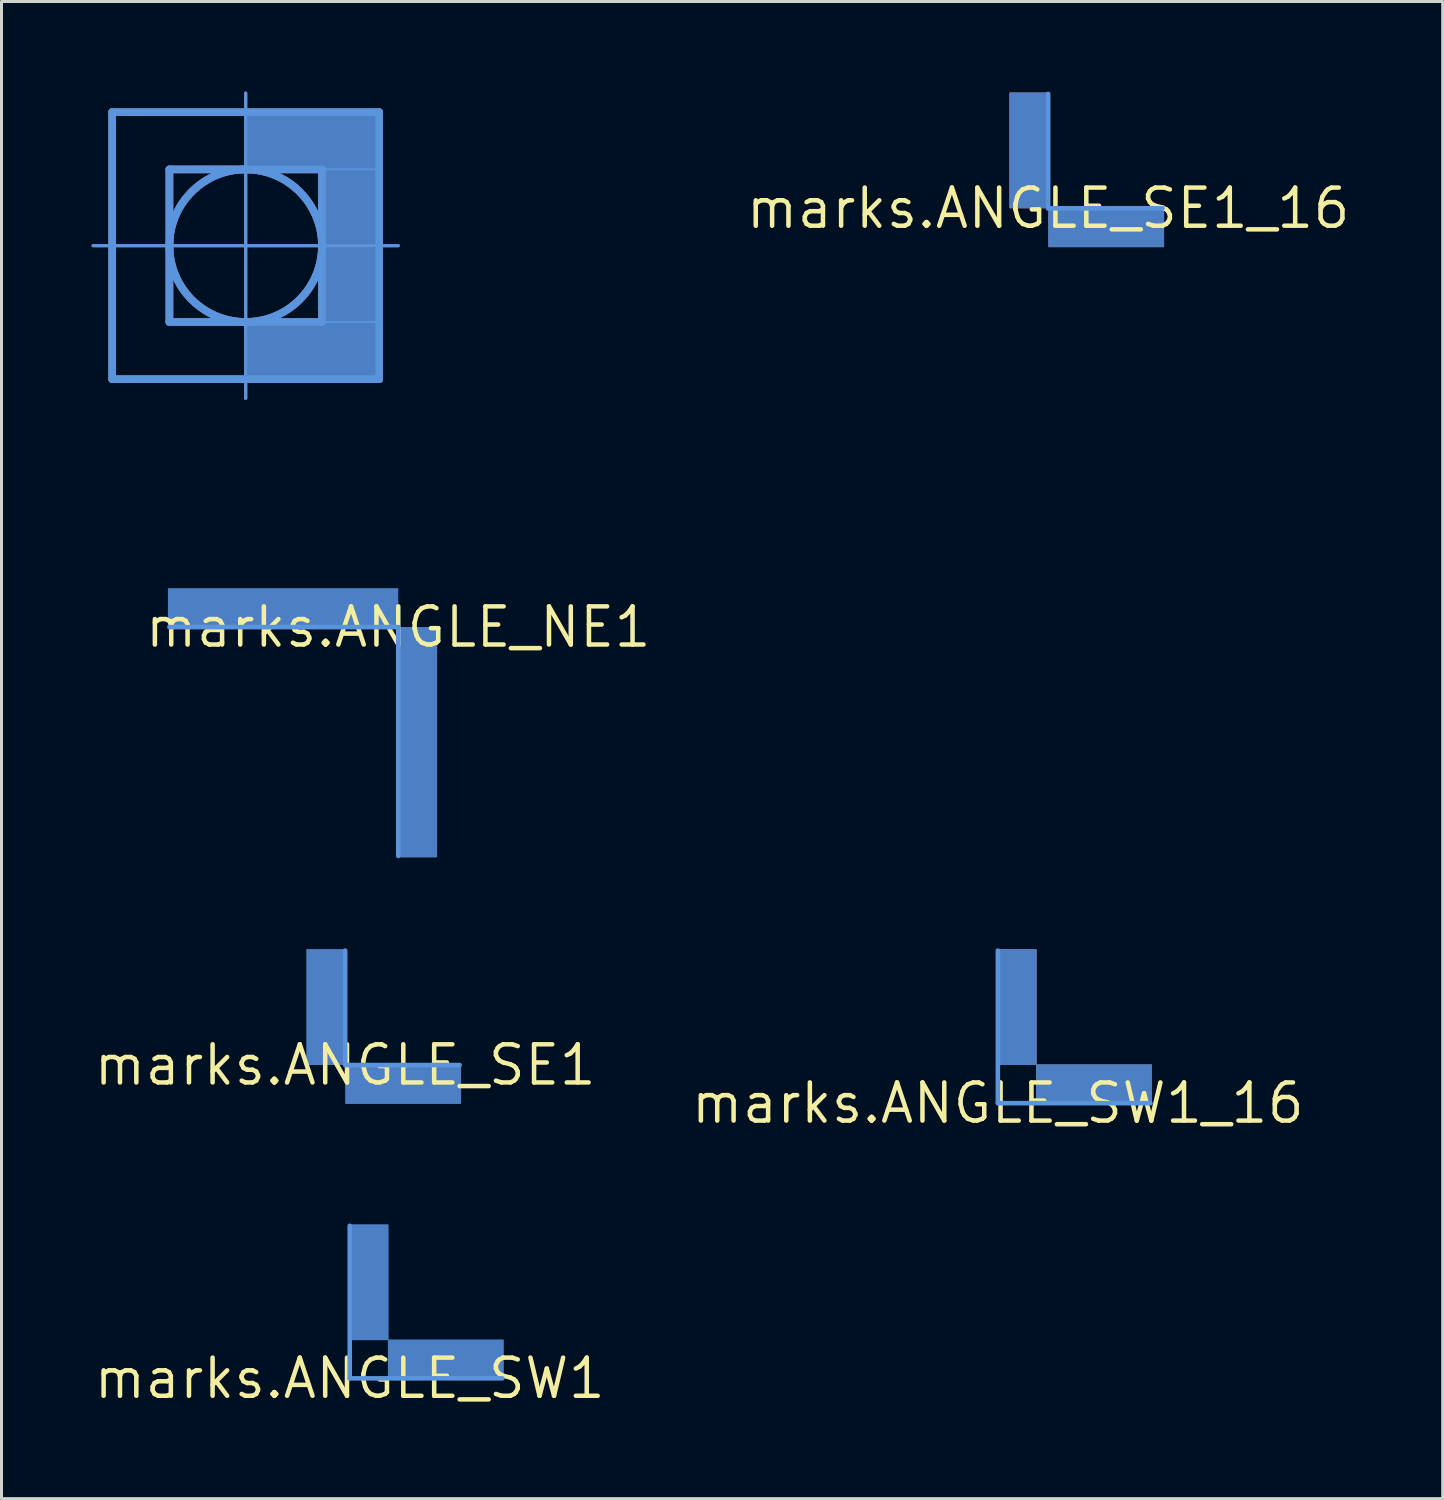
<source format=kicad_pcb>
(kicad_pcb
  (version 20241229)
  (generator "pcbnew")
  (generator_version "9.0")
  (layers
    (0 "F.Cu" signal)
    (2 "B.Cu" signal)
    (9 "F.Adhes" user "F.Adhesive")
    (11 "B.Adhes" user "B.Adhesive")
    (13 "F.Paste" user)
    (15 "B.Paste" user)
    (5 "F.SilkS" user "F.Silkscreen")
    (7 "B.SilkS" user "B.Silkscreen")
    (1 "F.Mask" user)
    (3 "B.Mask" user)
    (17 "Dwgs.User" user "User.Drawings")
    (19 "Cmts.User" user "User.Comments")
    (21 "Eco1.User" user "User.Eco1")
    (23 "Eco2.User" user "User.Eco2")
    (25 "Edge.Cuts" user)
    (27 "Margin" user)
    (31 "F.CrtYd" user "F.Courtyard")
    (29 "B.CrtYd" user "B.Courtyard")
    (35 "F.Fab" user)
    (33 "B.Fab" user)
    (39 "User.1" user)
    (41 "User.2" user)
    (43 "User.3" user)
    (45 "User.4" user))
  (footprint "marks.ANGLE_NE1"
    (layer "F.Cu")
    (at 10.211 17.831)
    (property "Reference" "marks.ANGLE_NE1" (at 0 0 0) (layer "F.SilkS") (effects (font (size 1.27 1.27) (thickness 0.15))))
    (fp_line (start -10.16 -12.7) (end -9.525 -12.7) (stroke (width 0.102) (type default)) (layer "F.Cu"))
    (fp_line (start -9.525 -17.145) (end -0.635 -17.145) (stroke (width 0.254) (type default)) (layer "F.Cu"))
    (fp_line (start -9.525 -12.7) (end -9.525 -17.145) (stroke (width 0.254) (type default)) (layer "F.Cu"))
    (fp_line (start -9.525 -12.7) (end 0 -12.7) (stroke (width 0.102) (type default)) (layer "F.Cu"))
    (fp_line (start -9.525 -8.255) (end -9.525 -12.7) (stroke (width 0.254) (type default)) (layer "F.Cu"))
    (fp_line (start -7.62 -15.24) (end -7.62 -10.16) (stroke (width 0.254) (type default)) (layer "F.Cu"))
    (fp_line (start -7.62 -10.16) (end -2.54 -10.16) (stroke (width 0.254) (type default)) (layer "F.Cu"))
    (fp_line (start -5.08 -7.62) (end -5.08 -17.78) (stroke (width 0.102) (type default)) (layer "F.Cu"))
    (fp_line (start -2.54 -15.24) (end -7.62 -15.24) (stroke (width 0.254) (type default)) (layer "F.Cu"))
    (fp_line (start -2.54 -10.16) (end -2.54 -15.24) (stroke (width 0.254) (type default)) (layer "F.Cu"))
    (fp_line (start -0.635 -17.145) (end -0.635 -8.255) (stroke (width 0.254) (type default)) (layer "F.Cu"))
    (fp_line (start -0.635 -8.255) (end -9.525 -8.255) (stroke (width 0.254) (type default)) (layer "F.Cu"))
    (fp_rect (start -5.08 -15.24) (end -0.635 -17.145) (stroke (width 0.05) (type default)) (fill yes) (layer "F.Cu"))
    (fp_rect (start -5.08 -8.255) (end -0.635 -10.16) (stroke (width 0.05) (type default)) (fill yes) (layer "F.Cu"))
    (fp_rect (start -2.54 -10.16) (end -0.635 -15.24) (stroke (width 0.05) (type default)) (fill yes) (layer "F.Cu"))
    (fp_circle (center -5.08 -12.7) (end -2.54 -12.7) (stroke (width 0.254) (type default)) (fill no) (layer "F.Cu"))
    (fp_rect (start -10.16 -7.62) (end 0 -17.78) (stroke (width 0.05) (type default)) (fill yes) (layer "F.Mask"))
    (fp_line (start -10.16 -12.7) (end -9.525 -12.7) (stroke (width 0.102) (type default)) (layer "B.Cu"))
    (fp_line (start -9.525 -17.145) (end -0.635 -17.145) (stroke (width 0.254) (type default)) (layer "B.Cu"))
    (fp_line (start -9.525 -12.7) (end -9.525 -17.145) (stroke (width 0.254) (type default)) (layer "B.Cu"))
    (fp_line (start -9.525 -12.7) (end 0 -12.7) (stroke (width 0.102) (type default)) (layer "B.Cu"))
    (fp_line (start -9.525 -8.255) (end -9.525 -12.7) (stroke (width 0.254) (type default)) (layer "B.Cu"))
    (fp_line (start -7.62 -15.24) (end -7.62 -10.16) (stroke (width 0.254) (type default)) (layer "B.Cu"))
    (fp_line (start -7.62 -10.16) (end -2.54 -10.16) (stroke (width 0.254) (type default)) (layer "B.Cu"))
    (fp_line (start -5.08 -7.62) (end -5.08 -17.78) (stroke (width 0.102) (type default)) (layer "B.Cu"))
    (fp_line (start -2.54 -15.24) (end -7.62 -15.24) (stroke (width 0.254) (type default)) (layer "B.Cu"))
    (fp_line (start -2.54 -10.16) (end -2.54 -15.24) (stroke (width 0.254) (type default)) (layer "B.Cu"))
    (fp_line (start -0.635 -17.145) (end -0.635 -8.255) (stroke (width 0.254) (type default)) (layer "B.Cu"))
    (fp_line (start -0.635 -8.255) (end -9.525 -8.255) (stroke (width 0.254) (type default)) (layer "B.Cu"))
    (fp_rect (start -7.645 0) (end -0.025 -1.27) (stroke (width 0.05) (type default)) (fill yes) (layer "B.Cu"))
    (fp_rect (start -5.08 -15.24) (end -0.635 -17.145) (stroke (width 0.05) (type default)) (fill yes) (layer "B.Cu"))
    (fp_rect (start -5.08 -8.255) (end -0.635 -10.16) (stroke (width 0.05) (type default)) (fill yes) (layer "B.Cu"))
    (fp_rect (start -2.54 -10.16) (end -0.635 -15.24) (stroke (width 0.05) (type default)) (fill yes) (layer "B.Cu"))
    (fp_rect (start 0 7.645) (end 1.27 0.025) (stroke (width 0.05) (type default)) (fill yes) (layer "B.Cu"))
    (fp_circle (center -5.08 -12.7) (end -2.54 -12.7) (stroke (width 0.254) (type default)) (fill no) (layer "B.Cu"))
    (fp_line (start -7.62 0) (end 0 0) (stroke (width 0.127) (type default)) (layer "B.Mask"))
    (fp_line (start 0 0) (end 0 7.62) (stroke (width 0.127) (type default)) (layer "B.Mask"))
    (fp_rect (start -10.16 -7.62) (end 0 -17.78) (stroke (width 0.05) (type default)) (fill yes) (layer "B.Mask"))
    (fp_line (start -10.16 -12.7) (end -9.525 -12.7) (stroke (width 0.102) (type default)) (layer "Cmts.User"))
    (fp_line (start -9.525 -17.145) (end -0.635 -17.145) (stroke (width 0.254) (type default)) (layer "Cmts.User"))
    (fp_line (start -9.525 -12.7) (end -9.525 -17.145) (stroke (width 0.254) (type default)) (layer "Cmts.User"))
    (fp_line (start -9.525 -12.7) (end 0 -12.7) (stroke (width 0.102) (type default)) (layer "Cmts.User"))
    (fp_line (start -9.525 -8.255) (end -9.525 -12.7) (stroke (width 0.254) (type default)) (layer "Cmts.User"))
    (fp_line (start -7.62 -15.24) (end -7.62 -10.16) (stroke (width 0.254) (type default)) (layer "Cmts.User"))
    (fp_line (start -7.62 -10.16) (end -2.54 -10.16) (stroke (width 0.254) (type default)) (layer "Cmts.User"))
    (fp_line (start -7.62 0) (end 0 0) (stroke (width 0.152) (type default)) (layer "Cmts.User"))
    (fp_line (start -5.08 -7.62) (end -5.08 -17.78) (stroke (width 0.102) (type default)) (layer "Cmts.User"))
    (fp_line (start -2.54 -15.24) (end -7.62 -15.24) (stroke (width 0.254) (type default)) (layer "Cmts.User"))
    (fp_line (start -2.54 -10.16) (end -2.54 -15.24) (stroke (width 0.254) (type default)) (layer "Cmts.User"))
    (fp_line (start -0.635 -17.145) (end -0.635 -8.255) (stroke (width 0.254) (type default)) (layer "Cmts.User"))
    (fp_line (start -0.635 -8.255) (end -9.525 -8.255) (stroke (width 0.254) (type default)) (layer "Cmts.User"))
    (fp_line (start 0 0) (end 0 7.62) (stroke (width 0.152) (type default)) (layer "Cmts.User"))
    (fp_rect (start -5.08 -15.24) (end -0.635 -17.145) (stroke (width 0.05) (type default)) (fill no) (layer "Cmts.User"))
    (fp_rect (start -5.08 -8.255) (end -0.635 -10.16) (stroke (width 0.05) (type default)) (fill no) (layer "Cmts.User"))
    (fp_rect (start -2.54 -10.16) (end -0.635 -15.24) (stroke (width 0.05) (type default)) (fill no) (layer "Cmts.User"))
    (fp_circle (center -5.08 -12.7) (end -2.54 -12.7) (stroke (width 0.254) (type default)) (fill no) (layer "Cmts.User")))
  (footprint "marks.ANGLE_SW1_16"
    (layer "B.Cu")
    (at 30.176 33.683)
    (property "Reference" "marks.ANGLE_SW1_16" (at 0 0 0) (layer "F.SilkS") (effects (font (size 1.27 1.27) (thickness 0.15))))
    (fp_rect (start 0 -1.295) (end 1.27 -5.105) (stroke (width 0.05) (type default)) (fill yes) (layer "F.Cu"))
    (fp_rect (start 1.295 0) (end 5.105 -1.27) (stroke (width 0.05) (type default)) (fill yes) (layer "F.Cu"))
    (fp_line (start 0 0) (end 0 -5.08) (stroke (width 0.127) (type default)) (layer "F.Mask"))
    (fp_line (start 5.08 0) (end 0 0) (stroke (width 0.127) (type default)) (layer "F.Mask"))
    (fp_rect (start 0 -1.295) (end 1.27 -5.105) (stroke (width 0.05) (type default)) (fill yes) (layer "B.Cu"))
    (fp_rect (start 1.295 0) (end 5.105 -1.27) (stroke (width 0.05) (type default)) (fill yes) (layer "B.Cu"))
    (fp_line (start 0 0) (end 0 -5.08) (stroke (width 0.127) (type default)) (layer "B.Mask"))
    (fp_line (start 5.08 0) (end 0 0) (stroke (width 0.127) (type default)) (layer "B.Mask"))
    (fp_line (start 0 0) (end 0 -5.08) (stroke (width 0.152) (type default)) (layer "Cmts.User"))
    (fp_line (start 5.08 0) (end 0 0) (stroke (width 0.152) (type default)) (layer "Cmts.User")))
  (footprint "marks.ANGLE_SW1"
    (layer "B.Cu")
    (at 8.595 42.846)
    (property "Reference" "marks.ANGLE_SW1" (at 0 0 0) (layer "F.SilkS") (effects (font (size 1.27 1.27) (thickness 0.15))))
    (fp_rect (start 0 -1.295) (end 1.27 -5.105) (stroke (width 0.05) (type default)) (fill yes) (layer "B.Cu"))
    (fp_rect (start 1.295 0) (end 5.105 -1.27) (stroke (width 0.05) (type default)) (fill yes) (layer "B.Cu"))
    (fp_line (start 0 0) (end 0 -5.08) (stroke (width 0.127) (type default)) (layer "B.Mask"))
    (fp_line (start 5.08 0) (end 0 0) (stroke (width 0.127) (type default)) (layer "B.Mask"))
    (fp_line (start 0 0) (end 0 -5.08) (stroke (width 0.152) (type default)) (layer "Cmts.User"))
    (fp_line (start 5.08 0) (end 0 0) (stroke (width 0.152) (type default)) (layer "Cmts.User")))
  (footprint "marks.ANGLE_SE1_16"
    (layer "B.Cu")
    (at 31.852 3.886)
    (property "Reference" "marks.ANGLE_SE1_16" (at 0 0 0) (layer "F.SilkS") (effects (font (size 1.27 1.27) (thickness 0.15))))
    (fp_rect (start -1.27 -0.025) (end 0 -3.835) (stroke (width 0.05) (type default)) (fill yes) (layer "F.Cu"))
    (fp_rect (start 0.025 1.27) (end 3.835 0) (stroke (width 0.05) (type default)) (fill yes) (layer "F.Cu"))
    (fp_line (start 0 -3.81) (end 0 0) (stroke (width 0.127) (type default)) (layer "F.Mask"))
    (fp_line (start 3.81 0) (end 0 0) (stroke (width 0.127) (type default)) (layer "F.Mask"))
    (fp_rect (start -1.27 -0.025) (end 0 -3.835) (stroke (width 0.05) (type default)) (fill yes) (layer "B.Cu"))
    (fp_rect (start 0.025 1.27) (end 3.835 0) (stroke (width 0.05) (type default)) (fill yes) (layer "B.Cu"))
    (fp_line (start 0 -3.81) (end 0 0) (stroke (width 0.127) (type default)) (layer "B.Mask"))
    (fp_line (start 3.81 0) (end 0 0) (stroke (width 0.127) (type default)) (layer "B.Mask"))
    (fp_line (start 0 0) (end 0 -3.81) (stroke (width 0.152) (type default)) (layer "Cmts.User"))
    (fp_line (start 3.81 0) (end 0 0) (stroke (width 0.152) (type default)) (layer "Cmts.User")))
  (footprint "marks.ANGLE_SE1"
    (layer "B.Cu")
    (at 8.444 32.413)
    (property "Reference" "marks.ANGLE_SE1" (at 0 0 0) (layer "F.SilkS") (effects (font (size 1.27 1.27) (thickness 0.15))))
    (fp_rect (start -1.27 -0.025) (end 0 -3.835) (stroke (width 0.05) (type default)) (fill yes) (layer "B.Cu"))
    (fp_rect (start 0.025 1.27) (end 3.835 0) (stroke (width 0.05) (type default)) (fill yes) (layer "B.Cu"))
    (fp_line (start 0 -3.81) (end 0 0) (stroke (width 0.127) (type default)) (layer "B.Mask"))
    (fp_line (start 3.81 0) (end 0 0) (stroke (width 0.127) (type default)) (layer "B.Mask"))
    (fp_line (start 0 0) (end 0 -3.81) (stroke (width 0.152) (type default)) (layer "Cmts.User"))
    (fp_line (start 3.81 0) (end 0 0) (stroke (width 0.152) (type default)) (layer "Cmts.User")))
  (gr_rect
    (start -3 -3)
    (end 44.989 46.852)
    (stroke (width 0.1) (type default))
    (fill no)
    (layer "Edge.Cuts")))
</source>
